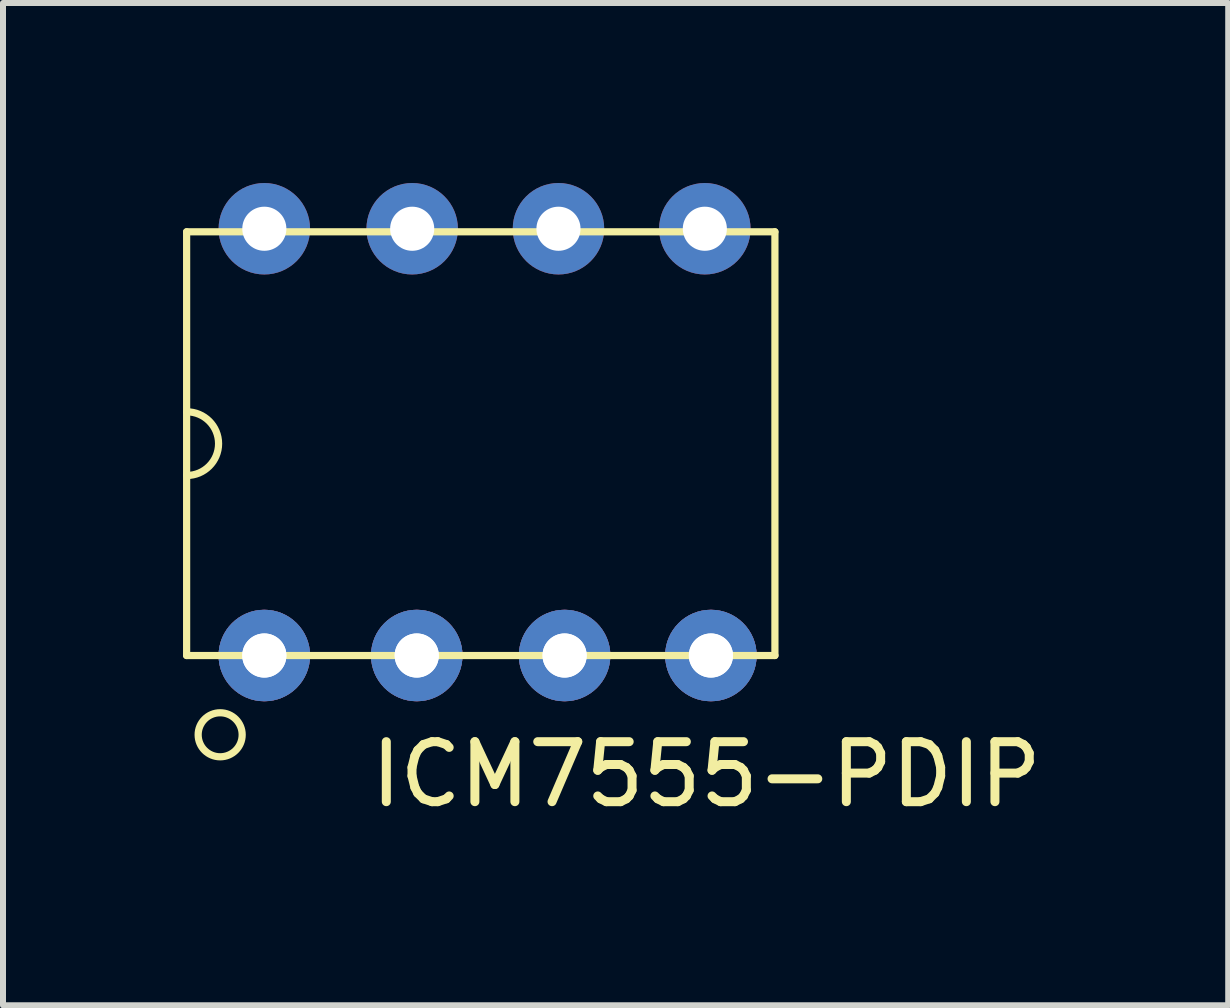
<source format=kicad_pcb>
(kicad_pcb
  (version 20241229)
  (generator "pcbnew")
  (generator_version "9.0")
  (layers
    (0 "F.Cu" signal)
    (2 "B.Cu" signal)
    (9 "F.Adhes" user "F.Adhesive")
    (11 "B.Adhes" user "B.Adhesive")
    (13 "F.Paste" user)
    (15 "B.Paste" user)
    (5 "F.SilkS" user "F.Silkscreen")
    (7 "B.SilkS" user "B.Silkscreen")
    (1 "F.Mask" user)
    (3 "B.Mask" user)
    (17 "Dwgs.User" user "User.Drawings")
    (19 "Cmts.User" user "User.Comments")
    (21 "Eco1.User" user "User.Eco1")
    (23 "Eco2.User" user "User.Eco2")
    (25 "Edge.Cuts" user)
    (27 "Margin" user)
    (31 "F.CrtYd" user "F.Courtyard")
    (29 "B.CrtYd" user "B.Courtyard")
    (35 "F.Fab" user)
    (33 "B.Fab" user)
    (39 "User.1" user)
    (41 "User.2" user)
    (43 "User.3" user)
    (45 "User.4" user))
  (footprint "ICM7555-PDIP"
    (layer "F.Cu")
    (at 4.962 7.874)
    (property "Reference" "ICM7555-PDIP" (at 3.759 1.981 0) (layer "F.SilkS") (effects (font (size 1 1) (thickness 0.15))))
    (attr through_hole)
    (fp_line (start -4.902 -7.061) (end -4.902 0) (stroke (width 0.12) (type solid)) (layer "F.SilkS"))
    (fp_line (start -4.902 0) (end 4.902 0) (stroke (width 0.12) (type solid)) (layer "F.SilkS"))
    (fp_line (start 4.902 -7.061) (end -4.902 -7.061) (stroke (width 0.12) (type solid)) (layer "F.SilkS"))
    (fp_line (start 4.902 0) (end 4.902 -7.061) (stroke (width 0.12) (type solid)) (layer "F.SilkS"))
    (fp_arc (start -4.9 -4.0612) (mid -4.3694 -3.5306) (end -4.9 -3) (stroke (width 0.12) (type solid)) (layer "F.SilkS"))
    (fp_circle (center -4.343 1.321) (end -4.547 1.626) (stroke (width 0.12) (type solid)) (fill no) (layer "F.SilkS"))
    (pad "1" thru_hole circle (at -3.607 0) (size 1.524 1.524) (drill 0.735) (layers "*.Cu" "*.Mask"))
    (pad "1" thru_hole circle (at -3.607 0) (size 1.524 1.524) (drill 0.735) (layers "*.Cu" "*.Mask"))
    (pad "2" thru_hole circle (at -1.067 0) (size 1.524 1.524) (drill 0.735) (layers "*.Cu" "*.Mask"))
    (pad "2" thru_hole circle (at -1.067 0) (size 1.524 1.524) (drill 0.735) (layers "*.Cu" "*.Mask"))
    (pad "3" thru_hole circle (at 1.397 0) (size 1.524 1.524) (drill 0.735) (layers "*.Cu" "*.Mask"))
    (pad "3" thru_hole circle (at 1.397 0) (size 1.524 1.524) (drill 0.735) (layers "*.Cu" "*.Mask"))
    (pad "4" thru_hole circle (at 3.835 0) (size 1.524 1.524) (drill 0.735) (layers "*.Cu" "*.Mask"))
    (pad "4" thru_hole circle (at 3.835 0) (size 1.524 1.524) (drill 0.735) (layers "*.Cu" "*.Mask"))
    (pad "5" thru_hole circle (at 3.734 -7.112) (size 1.524 1.524) (drill 0.735) (layers "*.Cu" "*.Mask"))
    (pad "6" thru_hole circle (at 1.295 -7.112) (size 1.524 1.524) (drill 0.735) (layers "*.Cu" "*.Mask"))
    (pad "7" thru_hole circle (at -1.143 -7.112) (size 1.524 1.524) (drill 0.735) (layers "*.Cu" "*.Mask"))
    (pad "8" thru_hole circle (at -3.607 -7.112) (size 1.524 1.524) (drill 0.735) (layers "*.Cu" "*.Mask")))
  (gr_rect
    (start -3 -3)
    (end 17.418 13.703)
    (stroke (width 0.1) (type default))
    (fill no)
    (layer "Edge.Cuts")))
</source>
